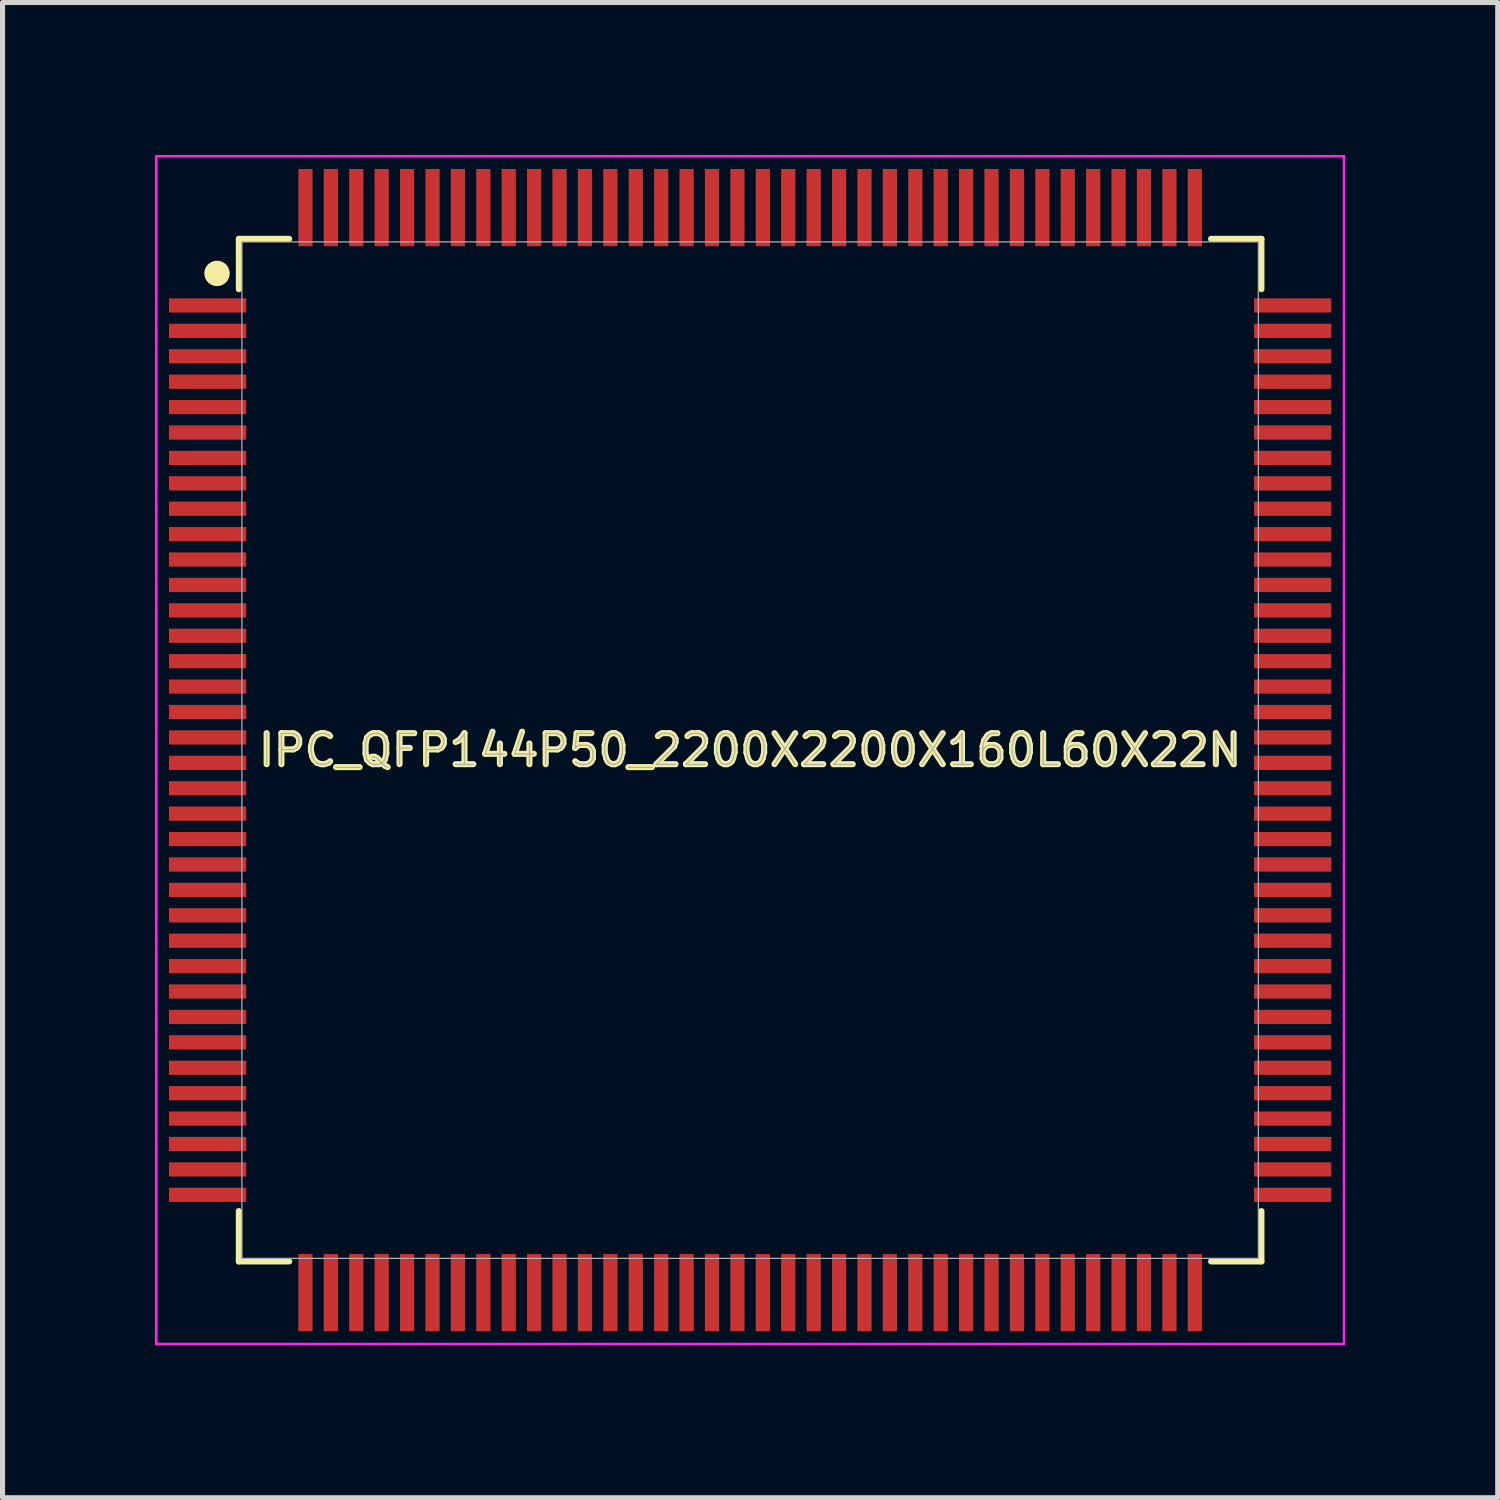
<source format=kicad_pcb>
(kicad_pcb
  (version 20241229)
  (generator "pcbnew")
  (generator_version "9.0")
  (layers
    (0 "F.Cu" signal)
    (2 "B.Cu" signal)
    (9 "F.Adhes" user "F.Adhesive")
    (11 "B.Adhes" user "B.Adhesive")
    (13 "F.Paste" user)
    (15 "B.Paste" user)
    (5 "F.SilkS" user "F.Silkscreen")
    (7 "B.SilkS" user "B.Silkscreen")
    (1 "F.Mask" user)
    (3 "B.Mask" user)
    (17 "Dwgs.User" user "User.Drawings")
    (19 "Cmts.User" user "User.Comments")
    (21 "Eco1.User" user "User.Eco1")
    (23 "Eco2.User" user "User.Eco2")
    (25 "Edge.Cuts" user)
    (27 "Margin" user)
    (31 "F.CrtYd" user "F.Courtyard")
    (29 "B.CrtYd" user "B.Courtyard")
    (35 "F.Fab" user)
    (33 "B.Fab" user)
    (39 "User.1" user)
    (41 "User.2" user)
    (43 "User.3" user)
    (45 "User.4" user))
  (footprint "IPC_QFP144P50_2200X2200X160L60X22N"
    (layer "F.Cu")
    (at 11.71 11.71)
    (property "Reference" "IPC_QFP144P50_2200X2200X160L60X22N" (at 0 0 0) (layer "F.SilkS") (effects (font (size 0.61 0.61) (thickness 0.12))))
    (attr smd)
    (fp_line (start -10.06 -10.06) (end -10.06 -9.07) (stroke (width 0.12) (type solid)) (layer "F.SilkS"))
    (fp_line (start -10.06 9.07) (end -10.06 10.06) (stroke (width 0.12) (type solid)) (layer "F.SilkS"))
    (fp_line (start -10.06 10.06) (end -9.07 10.06) (stroke (width 0.12) (type solid)) (layer "F.SilkS"))
    (fp_line (start -9.07 -10.06) (end -10.06 -10.06) (stroke (width 0.12) (type solid)) (layer "F.SilkS"))
    (fp_line (start 9.07 10.06) (end 10.06 10.06) (stroke (width 0.12) (type solid)) (layer "F.SilkS"))
    (fp_line (start 10.06 -10.06) (end 9.07 -10.06) (stroke (width 0.12) (type solid)) (layer "F.SilkS"))
    (fp_line (start 10.06 -9.07) (end 10.06 -10.06) (stroke (width 0.12) (type solid)) (layer "F.SilkS"))
    (fp_line (start 10.06 10.06) (end 10.06 9.07) (stroke (width 0.12) (type solid)) (layer "F.SilkS"))
    (fp_circle (center -10.49 -9.38) (end -10.365 -9.38) (stroke (width 0.25) (type solid)) (fill no) (layer "F.SilkS"))
    (fp_line (start -11.685 -11.685) (end 11.685 -11.685) (stroke (width 0.05) (type solid)) (layer "F.CrtYd"))
    (fp_line (start -11.685 11.685) (end -11.685 -11.685) (stroke (width 0.05) (type solid)) (layer "F.CrtYd"))
    (fp_line (start 11.685 -11.685) (end 11.685 11.685) (stroke (width 0.05) (type solid)) (layer "F.CrtYd"))
    (fp_line (start 11.685 11.685) (end -11.685 11.685) (stroke (width 0.05) (type solid)) (layer "F.CrtYd"))
    (fp_line (start -10 -10) (end 10 -10) (stroke (width 0.025) (type solid)) (layer "F.Fab"))
    (fp_line (start -10 10) (end -10 -10) (stroke (width 0.025) (type solid)) (layer "F.Fab"))
    (fp_line (start 10 -10) (end 10 10) (stroke (width 0.025) (type solid)) (layer "F.Fab"))
    (fp_line (start 10 10) (end -10 10) (stroke (width 0.025) (type solid)) (layer "F.Fab"))
    (fp_text user "${REFERENCE}" (at 0 0 0) (layer "F.Fab") (effects (font (size 0.61 0.61) (thickness 0.025))))
    (pad "1" smd rect (at -10.675 -8.75 270) (size 0.28 1.52) (layers "F.Cu" "F.Mask" "F.Paste"))
    (pad "2" smd rect (at -10.675 -8.25 270) (size 0.28 1.52) (layers "F.Cu" "F.Mask" "F.Paste"))
    (pad "3" smd rect (at -10.675 -7.75 270) (size 0.28 1.52) (layers "F.Cu" "F.Mask" "F.Paste"))
    (pad "4" smd rect (at -10.675 -7.25 270) (size 0.28 1.52) (layers "F.Cu" "F.Mask" "F.Paste"))
    (pad "5" smd rect (at -10.675 -6.75 270) (size 0.28 1.52) (layers "F.Cu" "F.Mask" "F.Paste"))
    (pad "6" smd rect (at -10.675 -6.25 270) (size 0.28 1.52) (layers "F.Cu" "F.Mask" "F.Paste"))
    (pad "7" smd rect (at -10.675 -5.75 270) (size 0.28 1.52) (layers "F.Cu" "F.Mask" "F.Paste"))
    (pad "8" smd rect (at -10.675 -5.25 270) (size 0.28 1.52) (layers "F.Cu" "F.Mask" "F.Paste"))
    (pad "9" smd rect (at -10.675 -4.75 270) (size 0.28 1.52) (layers "F.Cu" "F.Mask" "F.Paste"))
    (pad "10" smd rect (at -10.675 -4.25 270) (size 0.28 1.52) (layers "F.Cu" "F.Mask" "F.Paste"))
    (pad "11" smd rect (at -10.675 -3.75 270) (size 0.28 1.52) (layers "F.Cu" "F.Mask" "F.Paste"))
    (pad "12" smd rect (at -10.675 -3.25 270) (size 0.28 1.52) (layers "F.Cu" "F.Mask" "F.Paste"))
    (pad "13" smd rect (at -10.675 -2.75 270) (size 0.28 1.52) (layers "F.Cu" "F.Mask" "F.Paste"))
    (pad "14" smd rect (at -10.675 -2.25 270) (size 0.28 1.52) (layers "F.Cu" "F.Mask" "F.Paste"))
    (pad "15" smd rect (at -10.675 -1.75 270) (size 0.28 1.52) (layers "F.Cu" "F.Mask" "F.Paste"))
    (pad "16" smd rect (at -10.675 -1.25 270) (size 0.28 1.52) (layers "F.Cu" "F.Mask" "F.Paste"))
    (pad "17" smd rect (at -10.675 -0.75 270) (size 0.28 1.52) (layers "F.Cu" "F.Mask" "F.Paste"))
    (pad "18" smd rect (at -10.675 -0.25 270) (size 0.28 1.52) (layers "F.Cu" "F.Mask" "F.Paste"))
    (pad "19" smd rect (at -10.675 0.25 270) (size 0.28 1.52) (layers "F.Cu" "F.Mask" "F.Paste"))
    (pad "20" smd rect (at -10.675 0.75 270) (size 0.28 1.52) (layers "F.Cu" "F.Mask" "F.Paste"))
    (pad "21" smd rect (at -10.675 1.25 270) (size 0.28 1.52) (layers "F.Cu" "F.Mask" "F.Paste"))
    (pad "22" smd rect (at -10.675 1.75 270) (size 0.28 1.52) (layers "F.Cu" "F.Mask" "F.Paste"))
    (pad "23" smd rect (at -10.675 2.25 270) (size 0.28 1.52) (layers "F.Cu" "F.Mask" "F.Paste"))
    (pad "24" smd rect (at -10.675 2.75 270) (size 0.28 1.52) (layers "F.Cu" "F.Mask" "F.Paste"))
    (pad "25" smd rect (at -10.675 3.25 270) (size 0.28 1.52) (layers "F.Cu" "F.Mask" "F.Paste"))
    (pad "26" smd rect (at -10.675 3.75 270) (size 0.28 1.52) (layers "F.Cu" "F.Mask" "F.Paste"))
    (pad "27" smd rect (at -10.675 4.25 270) (size 0.28 1.52) (layers "F.Cu" "F.Mask" "F.Paste"))
    (pad "28" smd rect (at -10.675 4.75 270) (size 0.28 1.52) (layers "F.Cu" "F.Mask" "F.Paste"))
    (pad "29" smd rect (at -10.675 5.25 270) (size 0.28 1.52) (layers "F.Cu" "F.Mask" "F.Paste"))
    (pad "30" smd rect (at -10.675 5.75 270) (size 0.28 1.52) (layers "F.Cu" "F.Mask" "F.Paste"))
    (pad "31" smd rect (at -10.675 6.25 270) (size 0.28 1.52) (layers "F.Cu" "F.Mask" "F.Paste"))
    (pad "32" smd rect (at -10.675 6.75 270) (size 0.28 1.52) (layers "F.Cu" "F.Mask" "F.Paste"))
    (pad "33" smd rect (at -10.675 7.25 270) (size 0.28 1.52) (layers "F.Cu" "F.Mask" "F.Paste"))
    (pad "34" smd rect (at -10.675 7.75 270) (size 0.28 1.52) (layers "F.Cu" "F.Mask" "F.Paste"))
    (pad "35" smd rect (at -10.675 8.25 270) (size 0.28 1.52) (layers "F.Cu" "F.Mask" "F.Paste"))
    (pad "36" smd rect (at -10.675 8.75 270) (size 0.28 1.52) (layers "F.Cu" "F.Mask" "F.Paste"))
    (pad "37" smd rect (at -8.75 10.675) (size 0.28 1.52) (layers "F.Cu" "F.Mask" "F.Paste"))
    (pad "38" smd rect (at -8.25 10.675) (size 0.28 1.52) (layers "F.Cu" "F.Mask" "F.Paste"))
    (pad "39" smd rect (at -7.75 10.675) (size 0.28 1.52) (layers "F.Cu" "F.Mask" "F.Paste"))
    (pad "40" smd rect (at -7.25 10.675) (size 0.28 1.52) (layers "F.Cu" "F.Mask" "F.Paste"))
    (pad "41" smd rect (at -6.75 10.675) (size 0.28 1.52) (layers "F.Cu" "F.Mask" "F.Paste"))
    (pad "42" smd rect (at -6.25 10.675) (size 0.28 1.52) (layers "F.Cu" "F.Mask" "F.Paste"))
    (pad "43" smd rect (at -5.75 10.675) (size 0.28 1.52) (layers "F.Cu" "F.Mask" "F.Paste"))
    (pad "44" smd rect (at -5.25 10.675) (size 0.28 1.52) (layers "F.Cu" "F.Mask" "F.Paste"))
    (pad "45" smd rect (at -4.75 10.675) (size 0.28 1.52) (layers "F.Cu" "F.Mask" "F.Paste"))
    (pad "46" smd rect (at -4.25 10.675) (size 0.28 1.52) (layers "F.Cu" "F.Mask" "F.Paste"))
    (pad "47" smd rect (at -3.75 10.675) (size 0.28 1.52) (layers "F.Cu" "F.Mask" "F.Paste"))
    (pad "48" smd rect (at -3.25 10.675) (size 0.28 1.52) (layers "F.Cu" "F.Mask" "F.Paste"))
    (pad "49" smd rect (at -2.75 10.675) (size 0.28 1.52) (layers "F.Cu" "F.Mask" "F.Paste"))
    (pad "50" smd rect (at -2.25 10.675) (size 0.28 1.52) (layers "F.Cu" "F.Mask" "F.Paste"))
    (pad "51" smd rect (at -1.75 10.675) (size 0.28 1.52) (layers "F.Cu" "F.Mask" "F.Paste"))
    (pad "52" smd rect (at -1.25 10.675) (size 0.28 1.52) (layers "F.Cu" "F.Mask" "F.Paste"))
    (pad "53" smd rect (at -0.75 10.675) (size 0.28 1.52) (layers "F.Cu" "F.Mask" "F.Paste"))
    (pad "54" smd rect (at -0.25 10.675) (size 0.28 1.52) (layers "F.Cu" "F.Mask" "F.Paste"))
    (pad "55" smd rect (at 0.25 10.675) (size 0.28 1.52) (layers "F.Cu" "F.Mask" "F.Paste"))
    (pad "56" smd rect (at 0.75 10.675) (size 0.28 1.52) (layers "F.Cu" "F.Mask" "F.Paste"))
    (pad "57" smd rect (at 1.25 10.675) (size 0.28 1.52) (layers "F.Cu" "F.Mask" "F.Paste"))
    (pad "58" smd rect (at 1.75 10.675) (size 0.28 1.52) (layers "F.Cu" "F.Mask" "F.Paste"))
    (pad "59" smd rect (at 2.25 10.675) (size 0.28 1.52) (layers "F.Cu" "F.Mask" "F.Paste"))
    (pad "60" smd rect (at 2.75 10.675) (size 0.28 1.52) (layers "F.Cu" "F.Mask" "F.Paste"))
    (pad "61" smd rect (at 3.25 10.675) (size 0.28 1.52) (layers "F.Cu" "F.Mask" "F.Paste"))
    (pad "62" smd rect (at 3.75 10.675) (size 0.28 1.52) (layers "F.Cu" "F.Mask" "F.Paste"))
    (pad "63" smd rect (at 4.25 10.675) (size 0.28 1.52) (layers "F.Cu" "F.Mask" "F.Paste"))
    (pad "64" smd rect (at 4.75 10.675) (size 0.28 1.52) (layers "F.Cu" "F.Mask" "F.Paste"))
    (pad "65" smd rect (at 5.25 10.675) (size 0.28 1.52) (layers "F.Cu" "F.Mask" "F.Paste"))
    (pad "66" smd rect (at 5.75 10.675) (size 0.28 1.52) (layers "F.Cu" "F.Mask" "F.Paste"))
    (pad "67" smd rect (at 6.25 10.675) (size 0.28 1.52) (layers "F.Cu" "F.Mask" "F.Paste"))
    (pad "68" smd rect (at 6.75 10.675) (size 0.28 1.52) (layers "F.Cu" "F.Mask" "F.Paste"))
    (pad "69" smd rect (at 7.25 10.675) (size 0.28 1.52) (layers "F.Cu" "F.Mask" "F.Paste"))
    (pad "70" smd rect (at 7.75 10.675) (size 0.28 1.52) (layers "F.Cu" "F.Mask" "F.Paste"))
    (pad "71" smd rect (at 8.25 10.675) (size 0.28 1.52) (layers "F.Cu" "F.Mask" "F.Paste"))
    (pad "72" smd rect (at 8.75 10.675) (size 0.28 1.52) (layers "F.Cu" "F.Mask" "F.Paste"))
    (pad "73" smd rect (at 10.675 8.75 90) (size 0.28 1.52) (layers "F.Cu" "F.Mask" "F.Paste"))
    (pad "74" smd rect (at 10.675 8.25 90) (size 0.28 1.52) (layers "F.Cu" "F.Mask" "F.Paste"))
    (pad "75" smd rect (at 10.675 7.75 90) (size 0.28 1.52) (layers "F.Cu" "F.Mask" "F.Paste"))
    (pad "76" smd rect (at 10.675 7.25 90) (size 0.28 1.52) (layers "F.Cu" "F.Mask" "F.Paste"))
    (pad "77" smd rect (at 10.675 6.75 90) (size 0.28 1.52) (layers "F.Cu" "F.Mask" "F.Paste"))
    (pad "78" smd rect (at 10.675 6.25 90) (size 0.28 1.52) (layers "F.Cu" "F.Mask" "F.Paste"))
    (pad "79" smd rect (at 10.675 5.75 90) (size 0.28 1.52) (layers "F.Cu" "F.Mask" "F.Paste"))
    (pad "80" smd rect (at 10.675 5.25 90) (size 0.28 1.52) (layers "F.Cu" "F.Mask" "F.Paste"))
    (pad "81" smd rect (at 10.675 4.75 90) (size 0.28 1.52) (layers "F.Cu" "F.Mask" "F.Paste"))
    (pad "82" smd rect (at 10.675 4.25 90) (size 0.28 1.52) (layers "F.Cu" "F.Mask" "F.Paste"))
    (pad "83" smd rect (at 10.675 3.75 90) (size 0.28 1.52) (layers "F.Cu" "F.Mask" "F.Paste"))
    (pad "84" smd rect (at 10.675 3.25 90) (size 0.28 1.52) (layers "F.Cu" "F.Mask" "F.Paste"))
    (pad "85" smd rect (at 10.675 2.75 90) (size 0.28 1.52) (layers "F.Cu" "F.Mask" "F.Paste"))
    (pad "86" smd rect (at 10.675 2.25 90) (size 0.28 1.52) (layers "F.Cu" "F.Mask" "F.Paste"))
    (pad "87" smd rect (at 10.675 1.75 90) (size 0.28 1.52) (layers "F.Cu" "F.Mask" "F.Paste"))
    (pad "88" smd rect (at 10.675 1.25 90) (size 0.28 1.52) (layers "F.Cu" "F.Mask" "F.Paste"))
    (pad "89" smd rect (at 10.675 0.75 90) (size 0.28 1.52) (layers "F.Cu" "F.Mask" "F.Paste"))
    (pad "90" smd rect (at 10.675 0.25 90) (size 0.28 1.52) (layers "F.Cu" "F.Mask" "F.Paste"))
    (pad "91" smd rect (at 10.675 -0.25 90) (size 0.28 1.52) (layers "F.Cu" "F.Mask" "F.Paste"))
    (pad "92" smd rect (at 10.675 -0.75 90) (size 0.28 1.52) (layers "F.Cu" "F.Mask" "F.Paste"))
    (pad "93" smd rect (at 10.675 -1.25 90) (size 0.28 1.52) (layers "F.Cu" "F.Mask" "F.Paste"))
    (pad "94" smd rect (at 10.675 -1.75 90) (size 0.28 1.52) (layers "F.Cu" "F.Mask" "F.Paste"))
    (pad "95" smd rect (at 10.675 -2.25 90) (size 0.28 1.52) (layers "F.Cu" "F.Mask" "F.Paste"))
    (pad "96" smd rect (at 10.675 -2.75 90) (size 0.28 1.52) (layers "F.Cu" "F.Mask" "F.Paste"))
    (pad "97" smd rect (at 10.675 -3.25 90) (size 0.28 1.52) (layers "F.Cu" "F.Mask" "F.Paste"))
    (pad "98" smd rect (at 10.675 -3.75 90) (size 0.28 1.52) (layers "F.Cu" "F.Mask" "F.Paste"))
    (pad "99" smd rect (at 10.675 -4.25 90) (size 0.28 1.52) (layers "F.Cu" "F.Mask" "F.Paste"))
    (pad "100" smd rect (at 10.675 -4.75 90) (size 0.28 1.52) (layers "F.Cu" "F.Mask" "F.Paste"))
    (pad "101" smd rect (at 10.675 -5.25 90) (size 0.28 1.52) (layers "F.Cu" "F.Mask" "F.Paste"))
    (pad "102" smd rect (at 10.675 -5.75 90) (size 0.28 1.52) (layers "F.Cu" "F.Mask" "F.Paste"))
    (pad "103" smd rect (at 10.675 -6.25 90) (size 0.28 1.52) (layers "F.Cu" "F.Mask" "F.Paste"))
    (pad "104" smd rect (at 10.675 -6.75 90) (size 0.28 1.52) (layers "F.Cu" "F.Mask" "F.Paste"))
    (pad "105" smd rect (at 10.675 -7.25 90) (size 0.28 1.52) (layers "F.Cu" "F.Mask" "F.Paste"))
    (pad "106" smd rect (at 10.675 -7.75 90) (size 0.28 1.52) (layers "F.Cu" "F.Mask" "F.Paste"))
    (pad "107" smd rect (at 10.675 -8.25 90) (size 0.28 1.52) (layers "F.Cu" "F.Mask" "F.Paste"))
    (pad "108" smd rect (at 10.675 -8.75 90) (size 0.28 1.52) (layers "F.Cu" "F.Mask" "F.Paste"))
    (pad "109" smd rect (at 8.75 -10.675 180) (size 0.28 1.52) (layers "F.Cu" "F.Mask" "F.Paste"))
    (pad "110" smd rect (at 8.25 -10.675 180) (size 0.28 1.52) (layers "F.Cu" "F.Mask" "F.Paste"))
    (pad "111" smd rect (at 7.75 -10.675 180) (size 0.28 1.52) (layers "F.Cu" "F.Mask" "F.Paste"))
    (pad "112" smd rect (at 7.25 -10.675 180) (size 0.28 1.52) (layers "F.Cu" "F.Mask" "F.Paste"))
    (pad "113" smd rect (at 6.75 -10.675 180) (size 0.28 1.52) (layers "F.Cu" "F.Mask" "F.Paste"))
    (pad "114" smd rect (at 6.25 -10.675 180) (size 0.28 1.52) (layers "F.Cu" "F.Mask" "F.Paste"))
    (pad "115" smd rect (at 5.75 -10.675 180) (size 0.28 1.52) (layers "F.Cu" "F.Mask" "F.Paste"))
    (pad "116" smd rect (at 5.25 -10.675 180) (size 0.28 1.52) (layers "F.Cu" "F.Mask" "F.Paste"))
    (pad "117" smd rect (at 4.75 -10.675 180) (size 0.28 1.52) (layers "F.Cu" "F.Mask" "F.Paste"))
    (pad "118" smd rect (at 4.25 -10.675 180) (size 0.28 1.52) (layers "F.Cu" "F.Mask" "F.Paste"))
    (pad "119" smd rect (at 3.75 -10.675 180) (size 0.28 1.52) (layers "F.Cu" "F.Mask" "F.Paste"))
    (pad "120" smd rect (at 3.25 -10.675 180) (size 0.28 1.52) (layers "F.Cu" "F.Mask" "F.Paste"))
    (pad "121" smd rect (at 2.75 -10.675 180) (size 0.28 1.52) (layers "F.Cu" "F.Mask" "F.Paste"))
    (pad "122" smd rect (at 2.25 -10.675 180) (size 0.28 1.52) (layers "F.Cu" "F.Mask" "F.Paste"))
    (pad "123" smd rect (at 1.75 -10.675 180) (size 0.28 1.52) (layers "F.Cu" "F.Mask" "F.Paste"))
    (pad "124" smd rect (at 1.25 -10.675 180) (size 0.28 1.52) (layers "F.Cu" "F.Mask" "F.Paste"))
    (pad "125" smd rect (at 0.75 -10.675 180) (size 0.28 1.52) (layers "F.Cu" "F.Mask" "F.Paste"))
    (pad "126" smd rect (at 0.25 -10.675 180) (size 0.28 1.52) (layers "F.Cu" "F.Mask" "F.Paste"))
    (pad "127" smd rect (at -0.25 -10.675 180) (size 0.28 1.52) (layers "F.Cu" "F.Mask" "F.Paste"))
    (pad "128" smd rect (at -0.75 -10.675 180) (size 0.28 1.52) (layers "F.Cu" "F.Mask" "F.Paste"))
    (pad "129" smd rect (at -1.25 -10.675 180) (size 0.28 1.52) (layers "F.Cu" "F.Mask" "F.Paste"))
    (pad "130" smd rect (at -1.75 -10.675 180) (size 0.28 1.52) (layers "F.Cu" "F.Mask" "F.Paste"))
    (pad "131" smd rect (at -2.25 -10.675 180) (size 0.28 1.52) (layers "F.Cu" "F.Mask" "F.Paste"))
    (pad "132" smd rect (at -2.75 -10.675 180) (size 0.28 1.52) (layers "F.Cu" "F.Mask" "F.Paste"))
    (pad "133" smd rect (at -3.25 -10.675 180) (size 0.28 1.52) (layers "F.Cu" "F.Mask" "F.Paste"))
    (pad "134" smd rect (at -3.75 -10.675 180) (size 0.28 1.52) (layers "F.Cu" "F.Mask" "F.Paste"))
    (pad "135" smd rect (at -4.25 -10.675 180) (size 0.28 1.52) (layers "F.Cu" "F.Mask" "F.Paste"))
    (pad "136" smd rect (at -4.75 -10.675 180) (size 0.28 1.52) (layers "F.Cu" "F.Mask" "F.Paste"))
    (pad "137" smd rect (at -5.25 -10.675 180) (size 0.28 1.52) (layers "F.Cu" "F.Mask" "F.Paste"))
    (pad "138" smd rect (at -5.75 -10.675 180) (size 0.28 1.52) (layers "F.Cu" "F.Mask" "F.Paste"))
    (pad "139" smd rect (at -6.25 -10.675 180) (size 0.28 1.52) (layers "F.Cu" "F.Mask" "F.Paste"))
    (pad "140" smd rect (at -6.75 -10.675 180) (size 0.28 1.52) (layers "F.Cu" "F.Mask" "F.Paste"))
    (pad "141" smd rect (at -7.25 -10.675 180) (size 0.28 1.52) (layers "F.Cu" "F.Mask" "F.Paste"))
    (pad "142" smd rect (at -7.75 -10.675 180) (size 0.28 1.52) (layers "F.Cu" "F.Mask" "F.Paste"))
    (pad "143" smd rect (at -8.25 -10.675 180) (size 0.28 1.52) (layers "F.Cu" "F.Mask" "F.Paste"))
    (pad "144" smd rect (at -8.75 -10.675 180) (size 0.28 1.52) (layers "F.Cu" "F.Mask" "F.Paste")))
  (gr_rect
    (start -3 -3)
    (end 26.42 26.42)
    (stroke (width 0.1) (type default))
    (fill no)
    (layer "Edge.Cuts")))
</source>
